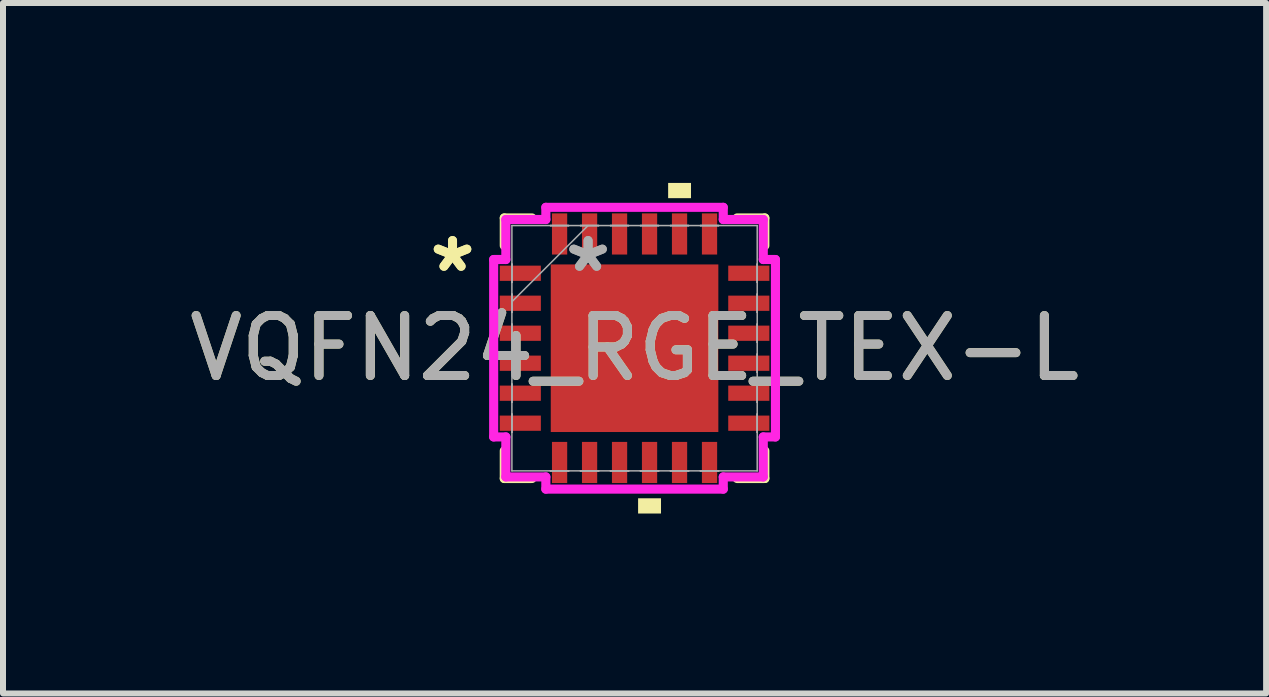
<source format=kicad_pcb>
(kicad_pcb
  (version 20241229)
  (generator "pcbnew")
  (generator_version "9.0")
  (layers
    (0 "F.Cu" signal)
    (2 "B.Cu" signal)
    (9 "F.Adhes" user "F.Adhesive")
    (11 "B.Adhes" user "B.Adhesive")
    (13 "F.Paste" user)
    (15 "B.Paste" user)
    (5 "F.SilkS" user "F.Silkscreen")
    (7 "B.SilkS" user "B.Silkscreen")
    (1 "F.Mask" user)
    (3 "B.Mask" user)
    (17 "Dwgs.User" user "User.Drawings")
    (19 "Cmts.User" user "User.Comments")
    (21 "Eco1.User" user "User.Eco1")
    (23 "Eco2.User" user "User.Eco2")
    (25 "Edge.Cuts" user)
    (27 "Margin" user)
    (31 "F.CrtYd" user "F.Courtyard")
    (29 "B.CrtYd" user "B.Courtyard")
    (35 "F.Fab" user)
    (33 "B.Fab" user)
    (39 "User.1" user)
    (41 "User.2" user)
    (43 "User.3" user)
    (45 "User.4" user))
  (footprint "VQFN24_RGE_TEX-L"
    (layer "F.Cu")
    (at 7.53 2.756)
    (property "Reference" "VQFN24_RGE_TEX-L" (at 0 0 0) (unlocked yes) (layer "F.SilkS") (effects (font (size 1 1) (thickness 0.15))))
    (attr smd)
    (fp_line (start -2.172 -2.172) (end -2.172 -1.71) (stroke (width 0.152) (type solid)) (layer "F.SilkS"))
    (fp_line (start -2.172 1.71) (end -2.172 2.172) (stroke (width 0.152) (type solid)) (layer "F.SilkS"))
    (fp_line (start -2.172 2.172) (end -1.71 2.172) (stroke (width 0.152) (type solid)) (layer "F.SilkS"))
    (fp_line (start -1.71 -2.172) (end -2.172 -2.172) (stroke (width 0.152) (type solid)) (layer "F.SilkS"))
    (fp_line (start 1.71 2.172) (end 2.172 2.172) (stroke (width 0.152) (type solid)) (layer "F.SilkS"))
    (fp_line (start 2.172 -2.172) (end 1.71 -2.172) (stroke (width 0.152) (type solid)) (layer "F.SilkS"))
    (fp_line (start 2.172 -1.71) (end 2.172 -2.172) (stroke (width 0.152) (type solid)) (layer "F.SilkS"))
    (fp_line (start 2.172 2.172) (end 2.172 1.71) (stroke (width 0.152) (type solid)) (layer "F.SilkS"))
    (fp_poly (pts (xy 0.059 2.502) (xy 0.059 2.756) (xy 0.441 2.756) (xy 0.441 2.502)) (stroke (width 0) (type solid)) (fill yes) (layer "F.SilkS"))
    (fp_poly (pts (xy 0.56 -2.502) (xy 0.56 -2.756) (xy 0.941 -2.756) (xy 0.941 -2.502)) (stroke (width 0) (type solid)) (fill yes) (layer "F.SilkS"))
    (fp_line (start -2.349 -1.479) (end -2.146 -1.479) (stroke (width 0.152) (type solid)) (layer "F.CrtYd"))
    (fp_line (start -2.349 1.479) (end -2.349 -1.479) (stroke (width 0.152) (type solid)) (layer "F.CrtYd"))
    (fp_line (start -2.146 -2.146) (end -1.479 -2.146) (stroke (width 0.152) (type solid)) (layer "F.CrtYd"))
    (fp_line (start -2.146 -1.479) (end -2.146 -2.146) (stroke (width 0.152) (type solid)) (layer "F.CrtYd"))
    (fp_line (start -2.146 1.479) (end -2.349 1.479) (stroke (width 0.152) (type solid)) (layer "F.CrtYd"))
    (fp_line (start -2.146 2.146) (end -2.146 1.479) (stroke (width 0.152) (type solid)) (layer "F.CrtYd"))
    (fp_line (start -1.479 -2.349) (end 1.479 -2.349) (stroke (width 0.152) (type solid)) (layer "F.CrtYd"))
    (fp_line (start -1.479 -2.146) (end -1.479 -2.349) (stroke (width 0.152) (type solid)) (layer "F.CrtYd"))
    (fp_line (start -1.479 2.146) (end -2.146 2.146) (stroke (width 0.152) (type solid)) (layer "F.CrtYd"))
    (fp_line (start -1.479 2.349) (end -1.479 2.146) (stroke (width 0.152) (type solid)) (layer "F.CrtYd"))
    (fp_line (start 1.479 -2.349) (end 1.479 -2.146) (stroke (width 0.152) (type solid)) (layer "F.CrtYd"))
    (fp_line (start 1.479 -2.146) (end 2.146 -2.146) (stroke (width 0.152) (type solid)) (layer "F.CrtYd"))
    (fp_line (start 1.479 2.146) (end 1.479 2.349) (stroke (width 0.152) (type solid)) (layer "F.CrtYd"))
    (fp_line (start 1.479 2.349) (end -1.479 2.349) (stroke (width 0.152) (type solid)) (layer "F.CrtYd"))
    (fp_line (start 2.146 -2.146) (end 2.146 -1.479) (stroke (width 0.152) (type solid)) (layer "F.CrtYd"))
    (fp_line (start 2.146 -1.479) (end 2.349 -1.479) (stroke (width 0.152) (type solid)) (layer "F.CrtYd"))
    (fp_line (start 2.146 1.479) (end 2.146 2.146) (stroke (width 0.152) (type solid)) (layer "F.CrtYd"))
    (fp_line (start 2.146 2.146) (end 1.479 2.146) (stroke (width 0.152) (type solid)) (layer "F.CrtYd"))
    (fp_line (start 2.349 -1.479) (end 2.349 1.479) (stroke (width 0.152) (type solid)) (layer "F.CrtYd"))
    (fp_line (start 2.349 1.479) (end 2.146 1.479) (stroke (width 0.152) (type solid)) (layer "F.CrtYd"))
    (fp_line (start -2.045 -2.045) (end -2.045 2.045) (stroke (width 0.025) (type solid)) (layer "F.Fab"))
    (fp_line (start -2.045 -1.402) (end -2.045 -1.402) (stroke (width 0.025) (type solid)) (layer "F.Fab"))
    (fp_line (start -2.045 -1.402) (end -2.045 -1.098) (stroke (width 0.025) (type solid)) (layer "F.Fab"))
    (fp_line (start -2.045 -1.098) (end -2.045 -1.402) (stroke (width 0.025) (type solid)) (layer "F.Fab"))
    (fp_line (start -2.045 -1.098) (end -2.045 -1.098) (stroke (width 0.025) (type solid)) (layer "F.Fab"))
    (fp_line (start -2.045 -0.902) (end -2.045 -0.902) (stroke (width 0.025) (type solid)) (layer "F.Fab"))
    (fp_line (start -2.045 -0.902) (end -2.045 -0.598) (stroke (width 0.025) (type solid)) (layer "F.Fab"))
    (fp_line (start -2.045 -0.775) (end -0.775 -2.045) (stroke (width 0.025) (type solid)) (layer "F.Fab"))
    (fp_line (start -2.045 -0.598) (end -2.045 -0.902) (stroke (width 0.025) (type solid)) (layer "F.Fab"))
    (fp_line (start -2.045 -0.598) (end -2.045 -0.598) (stroke (width 0.025) (type solid)) (layer "F.Fab"))
    (fp_line (start -2.045 -0.402) (end -2.045 -0.402) (stroke (width 0.025) (type solid)) (layer "F.Fab"))
    (fp_line (start -2.045 -0.402) (end -2.045 -0.098) (stroke (width 0.025) (type solid)) (layer "F.Fab"))
    (fp_line (start -2.045 -0.098) (end -2.045 -0.402) (stroke (width 0.025) (type solid)) (layer "F.Fab"))
    (fp_line (start -2.045 -0.098) (end -2.045 -0.098) (stroke (width 0.025) (type solid)) (layer "F.Fab"))
    (fp_line (start -2.045 0.098) (end -2.045 0.098) (stroke (width 0.025) (type solid)) (layer "F.Fab"))
    (fp_line (start -2.045 0.098) (end -2.045 0.402) (stroke (width 0.025) (type solid)) (layer "F.Fab"))
    (fp_line (start -2.045 0.402) (end -2.045 0.098) (stroke (width 0.025) (type solid)) (layer "F.Fab"))
    (fp_line (start -2.045 0.402) (end -2.045 0.402) (stroke (width 0.025) (type solid)) (layer "F.Fab"))
    (fp_line (start -2.045 0.598) (end -2.045 0.598) (stroke (width 0.025) (type solid)) (layer "F.Fab"))
    (fp_line (start -2.045 0.598) (end -2.045 0.902) (stroke (width 0.025) (type solid)) (layer "F.Fab"))
    (fp_line (start -2.045 0.902) (end -2.045 0.598) (stroke (width 0.025) (type solid)) (layer "F.Fab"))
    (fp_line (start -2.045 0.902) (end -2.045 0.902) (stroke (width 0.025) (type solid)) (layer "F.Fab"))
    (fp_line (start -2.045 1.098) (end -2.045 1.098) (stroke (width 0.025) (type solid)) (layer "F.Fab"))
    (fp_line (start -2.045 1.098) (end -2.045 1.402) (stroke (width 0.025) (type solid)) (layer "F.Fab"))
    (fp_line (start -2.045 1.402) (end -2.045 1.098) (stroke (width 0.025) (type solid)) (layer "F.Fab"))
    (fp_line (start -2.045 1.402) (end -2.045 1.402) (stroke (width 0.025) (type solid)) (layer "F.Fab"))
    (fp_line (start -2.045 2.045) (end 2.045 2.045) (stroke (width 0.025) (type solid)) (layer "F.Fab"))
    (fp_line (start -1.402 -2.045) (end -1.402 -2.045) (stroke (width 0.025) (type solid)) (layer "F.Fab"))
    (fp_line (start -1.402 -2.045) (end -1.098 -2.045) (stroke (width 0.025) (type solid)) (layer "F.Fab"))
    (fp_line (start -1.402 2.045) (end -1.402 2.045) (stroke (width 0.025) (type solid)) (layer "F.Fab"))
    (fp_line (start -1.402 2.045) (end -1.098 2.045) (stroke (width 0.025) (type solid)) (layer "F.Fab"))
    (fp_line (start -1.098 -2.045) (end -1.402 -2.045) (stroke (width 0.025) (type solid)) (layer "F.Fab"))
    (fp_line (start -1.098 -2.045) (end -1.098 -2.045) (stroke (width 0.025) (type solid)) (layer "F.Fab"))
    (fp_line (start -1.098 2.045) (end -1.402 2.045) (stroke (width 0.025) (type solid)) (layer "F.Fab"))
    (fp_line (start -1.098 2.045) (end -1.098 2.045) (stroke (width 0.025) (type solid)) (layer "F.Fab"))
    (fp_line (start -0.902 -2.045) (end -0.902 -2.045) (stroke (width 0.025) (type solid)) (layer "F.Fab"))
    (fp_line (start -0.902 -2.045) (end -0.598 -2.045) (stroke (width 0.025) (type solid)) (layer "F.Fab"))
    (fp_line (start -0.902 2.045) (end -0.902 2.045) (stroke (width 0.025) (type solid)) (layer "F.Fab"))
    (fp_line (start -0.902 2.045) (end -0.598 2.045) (stroke (width 0.025) (type solid)) (layer "F.Fab"))
    (fp_line (start -0.598 -2.045) (end -0.902 -2.045) (stroke (width 0.025) (type solid)) (layer "F.Fab"))
    (fp_line (start -0.598 -2.045) (end -0.598 -2.045) (stroke (width 0.025) (type solid)) (layer "F.Fab"))
    (fp_line (start -0.598 2.045) (end -0.902 2.045) (stroke (width 0.025) (type solid)) (layer "F.Fab"))
    (fp_line (start -0.598 2.045) (end -0.598 2.045) (stroke (width 0.025) (type solid)) (layer "F.Fab"))
    (fp_line (start -0.402 -2.045) (end -0.402 -2.045) (stroke (width 0.025) (type solid)) (layer "F.Fab"))
    (fp_line (start -0.402 -2.045) (end -0.098 -2.045) (stroke (width 0.025) (type solid)) (layer "F.Fab"))
    (fp_line (start -0.402 2.045) (end -0.402 2.045) (stroke (width 0.025) (type solid)) (layer "F.Fab"))
    (fp_line (start -0.402 2.045) (end -0.098 2.045) (stroke (width 0.025) (type solid)) (layer "F.Fab"))
    (fp_line (start -0.098 -2.045) (end -0.402 -2.045) (stroke (width 0.025) (type solid)) (layer "F.Fab"))
    (fp_line (start -0.098 -2.045) (end -0.098 -2.045) (stroke (width 0.025) (type solid)) (layer "F.Fab"))
    (fp_line (start -0.098 2.045) (end -0.402 2.045) (stroke (width 0.025) (type solid)) (layer "F.Fab"))
    (fp_line (start -0.098 2.045) (end -0.098 2.045) (stroke (width 0.025) (type solid)) (layer "F.Fab"))
    (fp_line (start 0.098 -2.045) (end 0.098 -2.045) (stroke (width 0.025) (type solid)) (layer "F.Fab"))
    (fp_line (start 0.098 -2.045) (end 0.402 -2.045) (stroke (width 0.025) (type solid)) (layer "F.Fab"))
    (fp_line (start 0.098 2.045) (end 0.098 2.045) (stroke (width 0.025) (type solid)) (layer "F.Fab"))
    (fp_line (start 0.098 2.045) (end 0.402 2.045) (stroke (width 0.025) (type solid)) (layer "F.Fab"))
    (fp_line (start 0.402 -2.045) (end 0.098 -2.045) (stroke (width 0.025) (type solid)) (layer "F.Fab"))
    (fp_line (start 0.402 -2.045) (end 0.402 -2.045) (stroke (width 0.025) (type solid)) (layer "F.Fab"))
    (fp_line (start 0.402 2.045) (end 0.098 2.045) (stroke (width 0.025) (type solid)) (layer "F.Fab"))
    (fp_line (start 0.402 2.045) (end 0.402 2.045) (stroke (width 0.025) (type solid)) (layer "F.Fab"))
    (fp_line (start 0.598 -2.045) (end 0.598 -2.045) (stroke (width 0.025) (type solid)) (layer "F.Fab"))
    (fp_line (start 0.598 -2.045) (end 0.902 -2.045) (stroke (width 0.025) (type solid)) (layer "F.Fab"))
    (fp_line (start 0.598 2.045) (end 0.598 2.045) (stroke (width 0.025) (type solid)) (layer "F.Fab"))
    (fp_line (start 0.598 2.045) (end 0.902 2.045) (stroke (width 0.025) (type solid)) (layer "F.Fab"))
    (fp_line (start 0.902 -2.045) (end 0.598 -2.045) (stroke (width 0.025) (type solid)) (layer "F.Fab"))
    (fp_line (start 0.902 -2.045) (end 0.902 -2.045) (stroke (width 0.025) (type solid)) (layer "F.Fab"))
    (fp_line (start 0.902 2.045) (end 0.598 2.045) (stroke (width 0.025) (type solid)) (layer "F.Fab"))
    (fp_line (start 0.902 2.045) (end 0.902 2.045) (stroke (width 0.025) (type solid)) (layer "F.Fab"))
    (fp_line (start 1.098 -2.045) (end 1.098 -2.045) (stroke (width 0.025) (type solid)) (layer "F.Fab"))
    (fp_line (start 1.098 -2.045) (end 1.402 -2.045) (stroke (width 0.025) (type solid)) (layer "F.Fab"))
    (fp_line (start 1.098 2.045) (end 1.098 2.045) (stroke (width 0.025) (type solid)) (layer "F.Fab"))
    (fp_line (start 1.098 2.045) (end 1.402 2.045) (stroke (width 0.025) (type solid)) (layer "F.Fab"))
    (fp_line (start 1.402 -2.045) (end 1.098 -2.045) (stroke (width 0.025) (type solid)) (layer "F.Fab"))
    (fp_line (start 1.402 -2.045) (end 1.402 -2.045) (stroke (width 0.025) (type solid)) (layer "F.Fab"))
    (fp_line (start 1.402 2.045) (end 1.098 2.045) (stroke (width 0.025) (type solid)) (layer "F.Fab"))
    (fp_line (start 1.402 2.045) (end 1.402 2.045) (stroke (width 0.025) (type solid)) (layer "F.Fab"))
    (fp_line (start 2.045 -2.045) (end -2.045 -2.045) (stroke (width 0.025) (type solid)) (layer "F.Fab"))
    (fp_line (start 2.045 -1.402) (end 2.045 -1.402) (stroke (width 0.025) (type solid)) (layer "F.Fab"))
    (fp_line (start 2.045 -1.402) (end 2.045 -1.098) (stroke (width 0.025) (type solid)) (layer "F.Fab"))
    (fp_line (start 2.045 -1.098) (end 2.045 -1.402) (stroke (width 0.025) (type solid)) (layer "F.Fab"))
    (fp_line (start 2.045 -1.098) (end 2.045 -1.098) (stroke (width 0.025) (type solid)) (layer "F.Fab"))
    (fp_line (start 2.045 -0.902) (end 2.045 -0.902) (stroke (width 0.025) (type solid)) (layer "F.Fab"))
    (fp_line (start 2.045 -0.902) (end 2.045 -0.598) (stroke (width 0.025) (type solid)) (layer "F.Fab"))
    (fp_line (start 2.045 -0.598) (end 2.045 -0.902) (stroke (width 0.025) (type solid)) (layer "F.Fab"))
    (fp_line (start 2.045 -0.598) (end 2.045 -0.598) (stroke (width 0.025) (type solid)) (layer "F.Fab"))
    (fp_line (start 2.045 -0.402) (end 2.045 -0.402) (stroke (width 0.025) (type solid)) (layer "F.Fab"))
    (fp_line (start 2.045 -0.402) (end 2.045 -0.098) (stroke (width 0.025) (type solid)) (layer "F.Fab"))
    (fp_line (start 2.045 -0.098) (end 2.045 -0.402) (stroke (width 0.025) (type solid)) (layer "F.Fab"))
    (fp_line (start 2.045 -0.098) (end 2.045 -0.098) (stroke (width 0.025) (type solid)) (layer "F.Fab"))
    (fp_line (start 2.045 0.098) (end 2.045 0.098) (stroke (width 0.025) (type solid)) (layer "F.Fab"))
    (fp_line (start 2.045 0.098) (end 2.045 0.402) (stroke (width 0.025) (type solid)) (layer "F.Fab"))
    (fp_line (start 2.045 0.402) (end 2.045 0.098) (stroke (width 0.025) (type solid)) (layer "F.Fab"))
    (fp_line (start 2.045 0.402) (end 2.045 0.402) (stroke (width 0.025) (type solid)) (layer "F.Fab"))
    (fp_line (start 2.045 0.598) (end 2.045 0.598) (stroke (width 0.025) (type solid)) (layer "F.Fab"))
    (fp_line (start 2.045 0.598) (end 2.045 0.902) (stroke (width 0.025) (type solid)) (layer "F.Fab"))
    (fp_line (start 2.045 0.902) (end 2.045 0.598) (stroke (width 0.025) (type solid)) (layer "F.Fab"))
    (fp_line (start 2.045 0.902) (end 2.045 0.902) (stroke (width 0.025) (type solid)) (layer "F.Fab"))
    (fp_line (start 2.045 1.098) (end 2.045 1.098) (stroke (width 0.025) (type solid)) (layer "F.Fab"))
    (fp_line (start 2.045 1.098) (end 2.045 1.402) (stroke (width 0.025) (type solid)) (layer "F.Fab"))
    (fp_line (start 2.045 1.402) (end 2.045 1.098) (stroke (width 0.025) (type solid)) (layer "F.Fab"))
    (fp_line (start 2.045 1.402) (end 2.045 1.402) (stroke (width 0.025) (type solid)) (layer "F.Fab"))
    (fp_line (start 2.045 2.045) (end 2.045 -2.045) (stroke (width 0.025) (type solid)) (layer "F.Fab"))
    (fp_text user "*" (at -3.035 -1.25 0) (layer "F.SilkS") (effects (font (size 1 1) (thickness 0.15))))
    (fp_text user "*" (at -3.035 -1.25 0) (unlocked yes) (layer "F.SilkS") (effects (font (size 1 1) (thickness 0.15))))
    (fp_text user "${REFERENCE}" (at 0 0 0) (unlocked yes) (layer "F.Fab") (effects (font (size 1 1) (thickness 0.15))))
    (fp_text user "*" (at -0.775 -1.25 0) (unlocked yes) (layer "F.Fab") (effects (font (size 1 1) (thickness 0.15))))
    (fp_text user "*" (at -0.775 -1.25 0) (layer "F.Fab") (effects (font (size 1 1) (thickness 0.15))))
    (pad "1" smd rect (at -1.905 -1.25 90) (size 0.254 0.686) (layers "F.Cu" "F.Mask" "F.Paste"))
    (pad "2" smd rect (at -1.905 -0.75 90) (size 0.254 0.686) (layers "F.Cu" "F.Mask" "F.Paste"))
    (pad "3" smd rect (at -1.905 -0.25 90) (size 0.254 0.686) (layers "F.Cu" "F.Mask" "F.Paste"))
    (pad "4" smd rect (at -1.905 0.25 90) (size 0.254 0.686) (layers "F.Cu" "F.Mask" "F.Paste"))
    (pad "5" smd rect (at -1.905 0.75 90) (size 0.254 0.686) (layers "F.Cu" "F.Mask" "F.Paste"))
    (pad "6" smd rect (at -1.905 1.25 90) (size 0.254 0.686) (layers "F.Cu" "F.Mask" "F.Paste"))
    (pad "7" smd rect (at -1.25 1.905) (size 0.254 0.686) (layers "F.Cu" "F.Mask" "F.Paste"))
    (pad "8" smd rect (at -0.75 1.905) (size 0.254 0.686) (layers "F.Cu" "F.Mask" "F.Paste"))
    (pad "9" smd rect (at -0.25 1.905) (size 0.254 0.686) (layers "F.Cu" "F.Mask" "F.Paste"))
    (pad "10" smd rect (at 0.25 1.905) (size 0.254 0.686) (layers "F.Cu" "F.Mask" "F.Paste"))
    (pad "11" smd rect (at 0.75 1.905) (size 0.254 0.686) (layers "F.Cu" "F.Mask" "F.Paste"))
    (pad "12" smd rect (at 1.25 1.905) (size 0.254 0.686) (layers "F.Cu" "F.Mask" "F.Paste"))
    (pad "13" smd rect (at 1.905 1.25 90) (size 0.254 0.686) (layers "F.Cu" "F.Mask" "F.Paste"))
    (pad "14" smd rect (at 1.905 0.75 90) (size 0.254 0.686) (layers "F.Cu" "F.Mask" "F.Paste"))
    (pad "15" smd rect (at 1.905 0.25 90) (size 0.254 0.686) (layers "F.Cu" "F.Mask" "F.Paste"))
    (pad "16" smd rect (at 1.905 -0.25 90) (size 0.254 0.686) (layers "F.Cu" "F.Mask" "F.Paste"))
    (pad "17" smd rect (at 1.905 -0.75 90) (size 0.254 0.686) (layers "F.Cu" "F.Mask" "F.Paste"))
    (pad "18" smd rect (at 1.905 -1.25 90) (size 0.254 0.686) (layers "F.Cu" "F.Mask" "F.Paste"))
    (pad "19" smd rect (at 1.25 -1.905) (size 0.254 0.686) (layers "F.Cu" "F.Mask" "F.Paste"))
    (pad "20" smd rect (at 0.75 -1.905) (size 0.254 0.686) (layers "F.Cu" "F.Mask" "F.Paste"))
    (pad "21" smd rect (at 0.25 -1.905) (size 0.254 0.686) (layers "F.Cu" "F.Mask" "F.Paste"))
    (pad "22" smd rect (at -0.25 -1.905) (size 0.254 0.686) (layers "F.Cu" "F.Mask" "F.Paste"))
    (pad "23" smd rect (at -0.75 -1.905) (size 0.254 0.686) (layers "F.Cu" "F.Mask" "F.Paste"))
    (pad "24" smd rect (at -1.25 -1.905) (size 0.254 0.686) (layers "F.Cu" "F.Mask" "F.Paste"))
    (pad "25" smd rect (at 0 0) (size 2.794 2.794) (layers "F.Cu" "F.Mask" "F.Paste")))
  (gr_rect
    (start -3 -3)
    (end 18.06 8.512)
    (stroke (width 0.1) (type default))
    (fill no)
    (layer "Edge.Cuts")))
</source>
